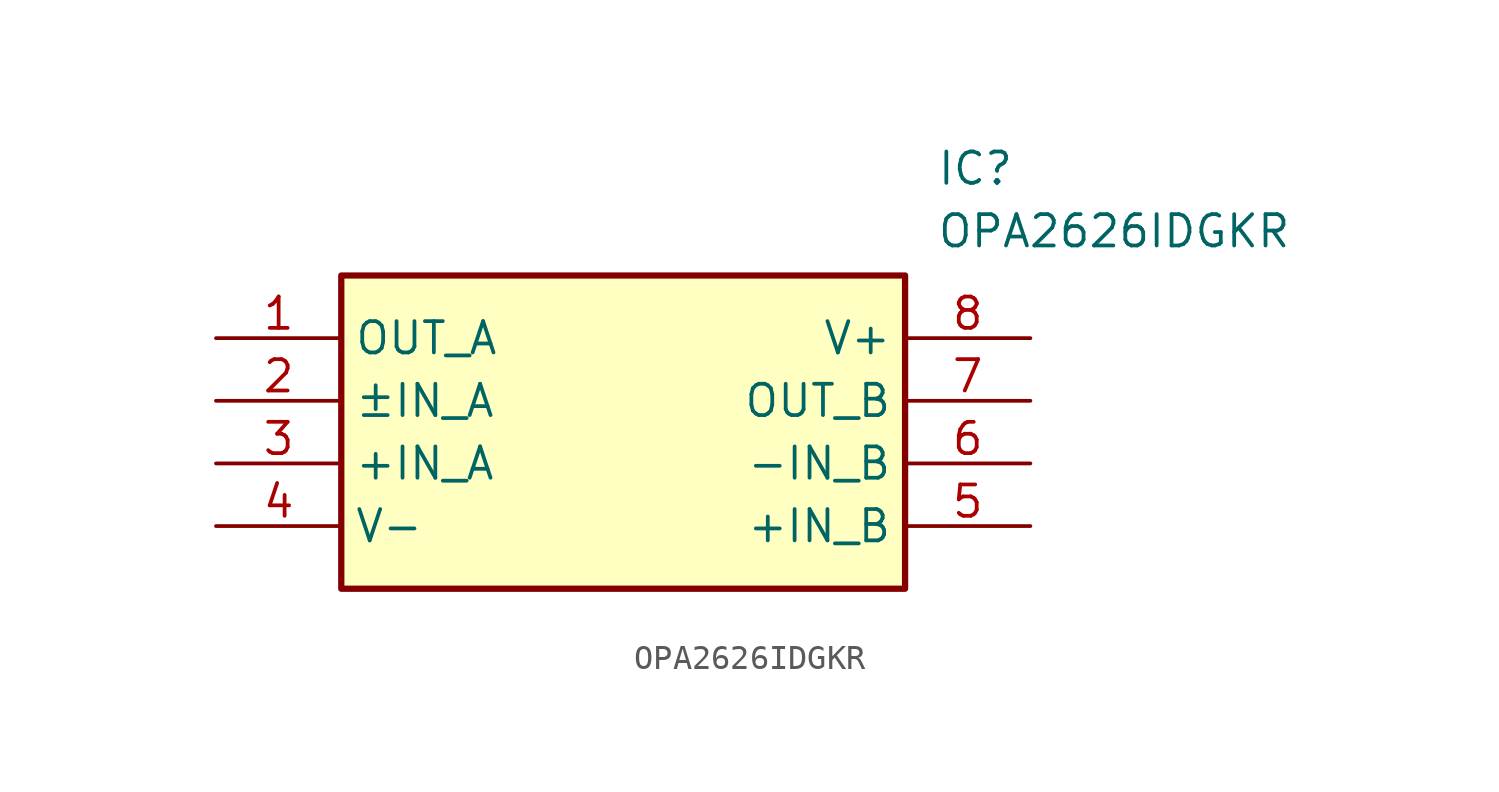
<source format=kicad_sym>
(kicad_symbol_lib
  (version 20211014)
  (generator SamacSys_ECAD_Model)
  (symbol "OPA2626IDGKR"
    (property "Reference" "IC"
      (at 29.21 7.62 0)
      (effects (font (size 1.27 1.27)) (justify left top)))
    (property "Value" "OPA2626IDGKR"
      (at 29.21 5.08 0)
      (effects (font (size 1.27 1.27)) (justify left top)))
    (rectangle
      (start 5.08 2.54)
      (end 27.94 -10.16)
      (stroke (width 0.254) (type default))
      (fill (type background)))
    (pin passive line
      (at 0 0 0)
      (length 5.08)
      (name "OUT_A" (effects (font (size 1.27 1.27))))
      (number "1" (effects (font (size 1.27 1.27)))))
    (pin passive line
      (at 0 -2.54 0)
      (length 5.08)
      (name "±IN_A" (effects (font (size 1.27 1.27))))
      (number "2" (effects (font (size 1.27 1.27)))))
    (pin passive line
      (at 0 -5.08 0)
      (length 5.08)
      (name "+IN_A" (effects (font (size 1.27 1.27))))
      (number "3" (effects (font (size 1.27 1.27)))))
    (pin passive line
      (at 0 -7.62 0)
      (length 5.08)
      (name "V-" (effects (font (size 1.27 1.27))))
      (number "4" (effects (font (size 1.27 1.27)))))
    (pin passive line
      (at 33.02 0 180)
      (length 5.08)
      (name "V+" (effects (font (size 1.27 1.27))))
      (number "8" (effects (font (size 1.27 1.27)))))
    (pin passive line
      (at 33.02 -2.54 180)
      (length 5.08)
      (name "OUT_B" (effects (font (size 1.27 1.27))))
      (number "7" (effects (font (size 1.27 1.27)))))
    (pin passive line
      (at 33.02 -5.08 180)
      (length 5.08)
      (name "-IN_B" (effects (font (size 1.27 1.27))))
      (number "6" (effects (font (size 1.27 1.27)))))
    (pin passive line
      (at 33.02 -7.62 180)
      (length 5.08)
      (name "+IN_B" (effects (font (size 1.27 1.27))))
      (number "5" (effects (font (size 1.27 1.27)))))))
</source>
